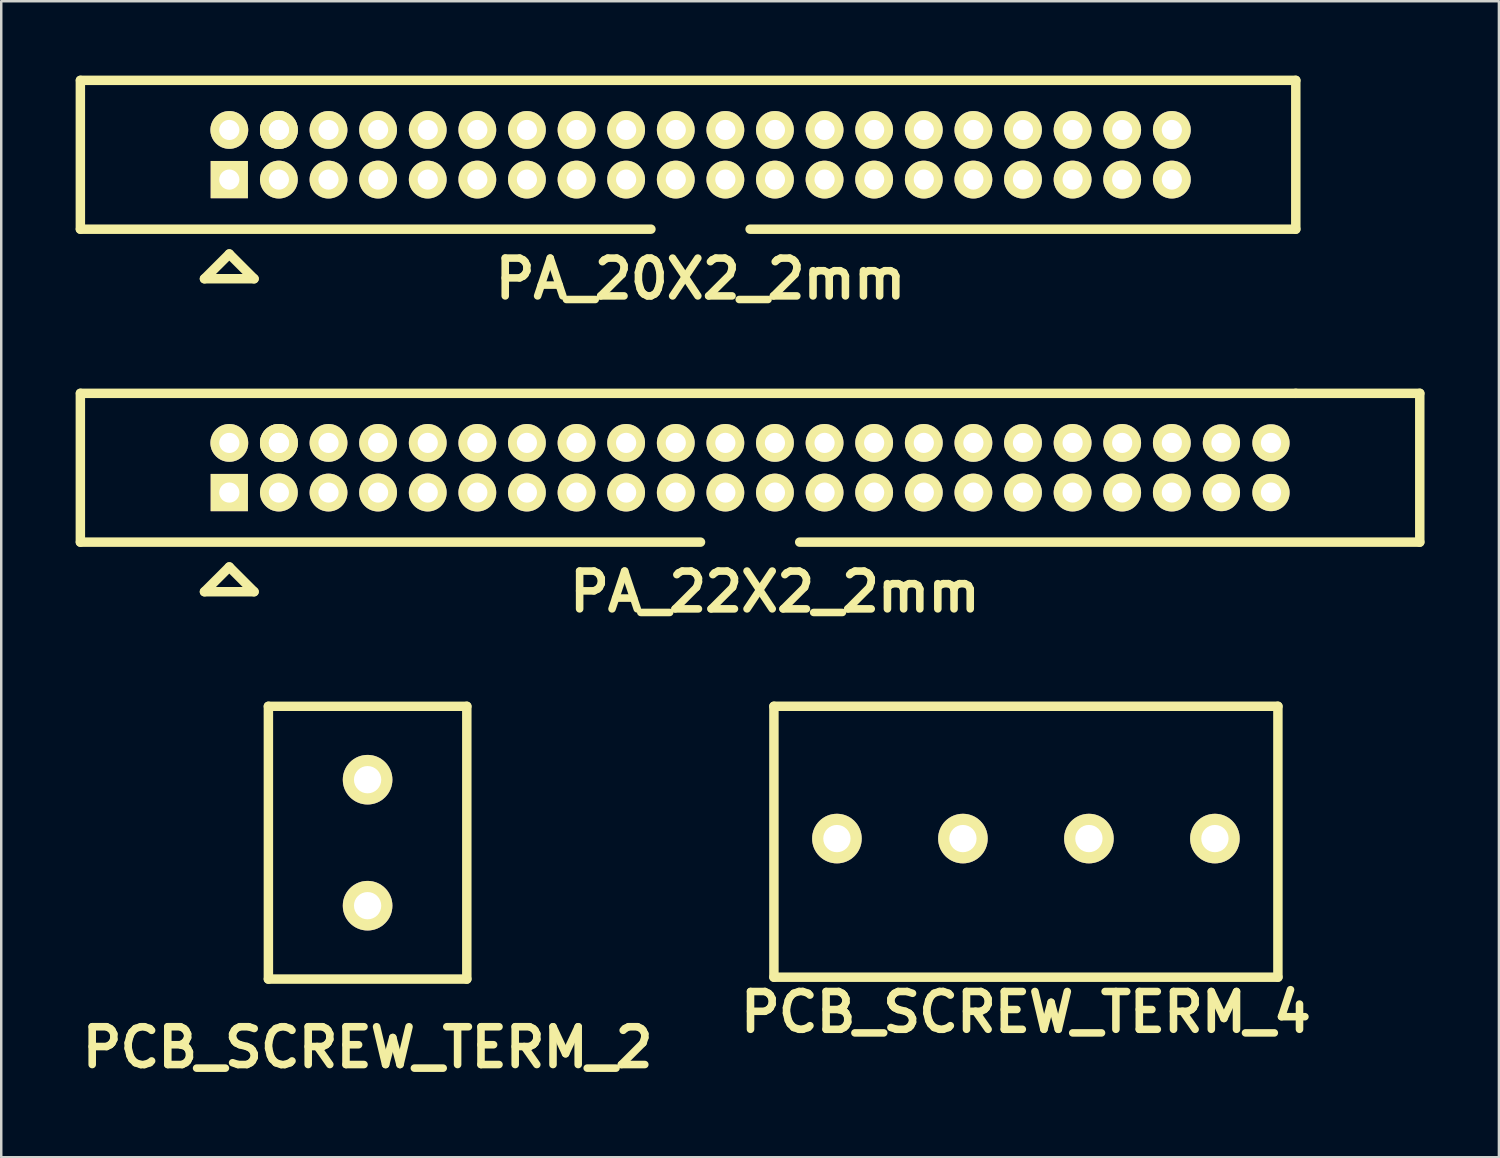
<source format=kicad_pcb>
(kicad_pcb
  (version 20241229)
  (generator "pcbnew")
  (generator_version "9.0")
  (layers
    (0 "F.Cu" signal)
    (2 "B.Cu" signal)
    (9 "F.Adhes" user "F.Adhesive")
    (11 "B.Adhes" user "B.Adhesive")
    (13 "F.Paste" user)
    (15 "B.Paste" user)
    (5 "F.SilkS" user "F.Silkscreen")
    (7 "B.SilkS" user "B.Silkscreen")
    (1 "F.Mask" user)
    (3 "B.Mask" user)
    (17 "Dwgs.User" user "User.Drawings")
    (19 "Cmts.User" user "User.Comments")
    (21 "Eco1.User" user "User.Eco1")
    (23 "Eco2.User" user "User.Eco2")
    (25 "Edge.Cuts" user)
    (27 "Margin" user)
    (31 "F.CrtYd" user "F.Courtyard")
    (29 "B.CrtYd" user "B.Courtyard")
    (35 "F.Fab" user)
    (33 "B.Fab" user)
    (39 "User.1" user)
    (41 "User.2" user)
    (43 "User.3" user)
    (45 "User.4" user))
  (footprint "PA_20X2_2mm"
    (layer "F.Cu")
    (at 25.194 3.19)
    (property "Reference" "PA_20X2_2mm" (at 0 5.001 0) (layer "F.SilkS") (effects (font (size 1.524 1.524) (thickness 0.305))))
    (attr through_hole)
    (fp_line (start -25.004 -3) (end -25.004 3) (stroke (width 0.381) (type solid)) (layer "F.SilkS"))
    (fp_line (start -25.001 3) (end -1.999 3) (stroke (width 0.381) (type solid)) (layer "F.SilkS"))
    (fp_line (start -24.999 -3) (end 24 -3) (stroke (width 0.381) (type solid)) (layer "F.SilkS"))
    (fp_line (start -20 4.999) (end -18.001 4.999) (stroke (width 0.381) (type solid)) (layer "F.SilkS"))
    (fp_line (start -18.999 4) (end -20 4.999) (stroke (width 0.381) (type solid)) (layer "F.SilkS"))
    (fp_line (start -18.001 4.999) (end -18.999 4) (stroke (width 0.381) (type solid)) (layer "F.SilkS"))
    (fp_line (start 1.999 3) (end 24 3) (stroke (width 0.381) (type solid)) (layer "F.SilkS"))
    (fp_line (start 24 -3) (end 24 3) (stroke (width 0.381) (type solid)) (layer "F.SilkS"))
    (pad "1" thru_hole rect (at -18.999 1.001) (size 1.501 1.501) (drill 0.813) (layers "*.Cu" "*.Mask" "F.SilkS"))
    (pad "2" thru_hole circle (at -18.999 -1.001) (size 1.524 1.524) (drill 0.813) (layers "*.Cu" "*.Mask" "F.SilkS"))
    (pad "3" thru_hole circle (at -17 1.001) (size 1.524 1.524) (drill 0.813) (layers "*.Cu" "*.Mask" "F.SilkS"))
    (pad "4" thru_hole circle (at -17 -1.001) (size 1.524 1.524) (drill 0.813) (layers "*.Cu" "*.Mask" "F.SilkS"))
    (pad "4" thru_hole circle (at -17 -1.001) (size 1.524 1.524) (drill 0.813) (layers "*.Cu" "*.Mask" "F.SilkS"))
    (pad "5" thru_hole circle (at -14.999 1.001) (size 1.524 1.524) (drill 0.813) (layers "*.Cu" "*.Mask" "F.SilkS"))
    (pad "6" thru_hole circle (at -14.999 -1.001) (size 1.524 1.524) (drill 0.813) (layers "*.Cu" "*.Mask" "F.SilkS"))
    (pad "7" thru_hole circle (at -13 1.001) (size 1.524 1.524) (drill 0.813) (layers "*.Cu" "*.Mask" "F.SilkS"))
    (pad "8" thru_hole circle (at -13 -1.001) (size 1.524 1.524) (drill 0.813) (layers "*.Cu" "*.Mask" "F.SilkS"))
    (pad "9" thru_hole circle (at -10.998 1.001) (size 1.524 1.524) (drill 0.813) (layers "*.Cu" "*.Mask" "F.SilkS"))
    (pad "10" thru_hole circle (at -10.998 -1.001) (size 1.524 1.524) (drill 0.813) (layers "*.Cu" "*.Mask" "F.SilkS"))
    (pad "11" thru_hole circle (at -8.999 1.001) (size 1.524 1.524) (drill 0.813) (layers "*.Cu" "*.Mask" "F.SilkS"))
    (pad "12" thru_hole circle (at -8.999 -1.001) (size 1.524 1.524) (drill 0.813) (layers "*.Cu" "*.Mask" "F.SilkS"))
    (pad "13" thru_hole circle (at -7 1.001) (size 1.524 1.524) (drill 0.813) (layers "*.Cu" "*.Mask" "F.SilkS"))
    (pad "14" thru_hole circle (at -7 -1.001) (size 1.524 1.524) (drill 0.813) (layers "*.Cu" "*.Mask" "F.SilkS"))
    (pad "15" thru_hole circle (at -4.999 1.001) (size 1.524 1.524) (drill 0.813) (layers "*.Cu" "*.Mask" "F.SilkS"))
    (pad "16" thru_hole circle (at -4.999 -1.001) (size 1.524 1.524) (drill 0.813) (layers "*.Cu" "*.Mask" "F.SilkS"))
    (pad "17" thru_hole circle (at -3 1.001) (size 1.524 1.524) (drill 0.813) (layers "*.Cu" "*.Mask" "F.SilkS"))
    (pad "18" thru_hole circle (at -3 -1.001) (size 1.524 1.524) (drill 0.813) (layers "*.Cu" "*.Mask" "F.SilkS"))
    (pad "19" thru_hole circle (at -0.998 1.001) (size 1.524 1.524) (drill 0.813) (layers "*.Cu" "*.Mask" "F.SilkS"))
    (pad "20" thru_hole circle (at -0.998 -1.001) (size 1.524 1.524) (drill 0.813) (layers "*.Cu" "*.Mask" "F.SilkS"))
    (pad "21" thru_hole circle (at 1.001 1.001) (size 1.524 1.524) (drill 0.813) (layers "*.Cu" "*.Mask" "F.SilkS"))
    (pad "22" thru_hole circle (at 1.001 -1.001) (size 1.524 1.524) (drill 0.813) (layers "*.Cu" "*.Mask" "F.SilkS"))
    (pad "23" thru_hole circle (at 3 1.001) (size 1.524 1.524) (drill 0.813) (layers "*.Cu" "*.Mask" "F.SilkS"))
    (pad "24" thru_hole circle (at 3 -1.001) (size 1.524 1.524) (drill 0.813) (layers "*.Cu" "*.Mask" "F.SilkS"))
    (pad "25" thru_hole circle (at 5.001 1.001) (size 1.524 1.524) (drill 0.813) (layers "*.Cu" "*.Mask" "F.SilkS"))
    (pad "26" thru_hole circle (at 5.001 -1.001) (size 1.524 1.524) (drill 0.813) (layers "*.Cu" "*.Mask" "F.SilkS"))
    (pad "27" thru_hole circle (at 7 1.001) (size 1.524 1.524) (drill 0.813) (layers "*.Cu" "*.Mask" "F.SilkS"))
    (pad "28" thru_hole circle (at 7 -1.001) (size 1.524 1.524) (drill 0.813) (layers "*.Cu" "*.Mask" "F.SilkS"))
    (pad "29" thru_hole circle (at 9.002 1.001) (size 1.524 1.524) (drill 0.813) (layers "*.Cu" "*.Mask" "F.SilkS"))
    (pad "30" thru_hole circle (at 9.002 -1.001) (size 1.524 1.524) (drill 0.813) (layers "*.Cu" "*.Mask" "F.SilkS"))
    (pad "31" thru_hole circle (at 11.001 1.001) (size 1.524 1.524) (drill 0.813) (layers "*.Cu" "*.Mask" "F.SilkS"))
    (pad "32" thru_hole circle (at 11.001 -1.001) (size 1.524 1.524) (drill 0.813) (layers "*.Cu" "*.Mask" "F.SilkS"))
    (pad "33" thru_hole circle (at 13 1.001) (size 1.524 1.524) (drill 0.813) (layers "*.Cu" "*.Mask" "F.SilkS"))
    (pad "34" thru_hole circle (at 13 -1.001) (size 1.524 1.524) (drill 0.813) (layers "*.Cu" "*.Mask" "F.SilkS"))
    (pad "35" thru_hole circle (at 15.001 1.001) (size 1.524 1.524) (drill 0.813) (layers "*.Cu" "*.Mask" "F.SilkS"))
    (pad "36" thru_hole circle (at 15.001 -1.001) (size 1.524 1.524) (drill 0.813) (layers "*.Cu" "*.Mask" "F.SilkS"))
    (pad "37" thru_hole circle (at 17 1.001) (size 1.524 1.524) (drill 0.813) (layers "*.Cu" "*.Mask" "F.SilkS"))
    (pad "38" thru_hole circle (at 17 -1.001) (size 1.524 1.524) (drill 0.813) (layers "*.Cu" "*.Mask" "F.SilkS"))
    (pad "39" thru_hole circle (at 19.002 1.001) (size 1.524 1.524) (drill 0.813) (layers "*.Cu" "*.Mask" "F.SilkS"))
    (pad "40" thru_hole circle (at 19.002 -1.001) (size 1.524 1.524) (drill 0.813) (layers "*.Cu" "*.Mask" "F.SilkS")))
  (footprint "PCB_SCREW_TERM_4"
    (layer "F.Cu")
    (at 38.313 30.76)
    (property "Reference" "PCB_SCREW_TERM_4" (at 0 7 0) (layer "F.SilkS") (effects (font (size 1.524 1.524) (thickness 0.305))))
    (attr through_hole)
    (fp_line (start -10.16 -5.334) (end 10.16 -5.334) (stroke (width 0.381) (type solid)) (layer "F.SilkS"))
    (fp_line (start -10.16 5.588) (end -10.16 -5.334) (stroke (width 0.381) (type solid)) (layer "F.SilkS"))
    (fp_line (start -10.16 5.588) (end 10.16 5.588) (stroke (width 0.381) (type solid)) (layer "F.SilkS"))
    (fp_line (start 10.16 5.588) (end 10.16 -5.334) (stroke (width 0.381) (type solid)) (layer "F.SilkS"))
    (pad "1" thru_hole circle (at -7.62 0) (size 1.999 1.999) (drill 1.1) (layers "*.Cu" "*.Mask" "F.SilkS"))
    (pad "2" thru_hole circle (at -2.54 0) (size 1.999 1.999) (drill 1.1) (layers "*.Cu" "*.Mask" "F.SilkS"))
    (pad "3" thru_hole circle (at 2.54 0) (size 1.999 1.999) (drill 1.1) (layers "*.Cu" "*.Mask" "F.SilkS"))
    (pad "4" thru_hole circle (at 7.62 0) (size 1.999 1.999) (drill 1.1) (layers "*.Cu" "*.Mask" "F.SilkS")))
  (footprint "PCB_SCREW_TERM_2"
    (layer "F.Cu")
    (at 11.771 30.926)
    (property "Reference" "PCB_SCREW_TERM_2" (at 0 8.255 0) (layer "F.SilkS") (effects (font (size 1.524 1.524) (thickness 0.305))))
    (attr through_hole)
    (fp_line (start -4 -5.499) (end 4 -5.499) (stroke (width 0.381) (type solid)) (layer "F.SilkS"))
    (fp_line (start -4 5.499) (end -4 -5.499) (stroke (width 0.381) (type solid)) (layer "F.SilkS"))
    (fp_line (start 4 -5.499) (end 4 5.499) (stroke (width 0.381) (type solid)) (layer "F.SilkS"))
    (fp_line (start 4 5.499) (end -4 5.499) (stroke (width 0.381) (type solid)) (layer "F.SilkS"))
    (pad "1" thru_hole circle (at 0 -2.54) (size 1.999 1.999) (drill 1.1) (layers "*.Cu" "*.Mask" "F.SilkS"))
    (pad "2" thru_hole circle (at 0 2.54) (size 1.999 1.999) (drill 1.1) (layers "*.Cu" "*.Mask" "F.SilkS")))
  (footprint "PA_22X2_2mm"
    (layer "F.Cu")
    (at 27.193 15.808)
    (property "Reference" "PA_22X2_2mm" (at 1.001 5.001 0) (layer "F.SilkS") (effects (font (size 1.524 1.524) (thickness 0.305))))
    (attr through_hole)
    (fp_line (start -27.003 -3) (end -27.003 3) (stroke (width 0.381) (type solid)) (layer "F.SilkS"))
    (fp_line (start -27 3) (end -1.999 3) (stroke (width 0.381) (type solid)) (layer "F.SilkS"))
    (fp_line (start -26.998 -3) (end 22.001 -3) (stroke (width 0.381) (type solid)) (layer "F.SilkS"))
    (fp_line (start -21.999 4.999) (end -20 4.999) (stroke (width 0.381) (type solid)) (layer "F.SilkS"))
    (fp_line (start -20.998 4) (end -21.999 4.999) (stroke (width 0.381) (type solid)) (layer "F.SilkS"))
    (fp_line (start -20 4.999) (end -20.998 4) (stroke (width 0.381) (type solid)) (layer "F.SilkS"))
    (fp_line (start 22.001 -3) (end 27 -3) (stroke (width 0.381) (type solid)) (layer "F.SilkS"))
    (fp_line (start 27 -3) (end 27 3) (stroke (width 0.381) (type solid)) (layer "F.SilkS"))
    (fp_line (start 27 3) (end 1.999 3) (stroke (width 0.381) (type solid)) (layer "F.SilkS"))
    (pad "1" thru_hole rect (at -20.998 1.001) (size 1.501 1.501) (drill 0.813) (layers "*.Cu" "*.Mask" "F.SilkS"))
    (pad "2" thru_hole circle (at -20.998 -1.001) (size 1.524 1.524) (drill 0.813) (layers "*.Cu" "*.Mask" "F.SilkS"))
    (pad "3" thru_hole circle (at -18.999 1.001) (size 1.524 1.524) (drill 0.813) (layers "*.Cu" "*.Mask" "F.SilkS"))
    (pad "4" thru_hole circle (at -18.999 -1.001) (size 1.524 1.524) (drill 0.813) (layers "*.Cu" "*.Mask" "F.SilkS"))
    (pad "4" thru_hole circle (at -18.999 -1.001) (size 1.524 1.524) (drill 0.813) (layers "*.Cu" "*.Mask" "F.SilkS"))
    (pad "5" thru_hole circle (at -16.998 1.001) (size 1.524 1.524) (drill 0.813) (layers "*.Cu" "*.Mask" "F.SilkS"))
    (pad "6" thru_hole circle (at -16.998 -1.001) (size 1.524 1.524) (drill 0.813) (layers "*.Cu" "*.Mask" "F.SilkS"))
    (pad "7" thru_hole circle (at -14.999 1.001) (size 1.524 1.524) (drill 0.813) (layers "*.Cu" "*.Mask" "F.SilkS"))
    (pad "8" thru_hole circle (at -14.999 -1.001) (size 1.524 1.524) (drill 0.813) (layers "*.Cu" "*.Mask" "F.SilkS"))
    (pad "9" thru_hole circle (at -12.997 1.001) (size 1.524 1.524) (drill 0.813) (layers "*.Cu" "*.Mask" "F.SilkS"))
    (pad "10" thru_hole circle (at -12.997 -1.001) (size 1.524 1.524) (drill 0.813) (layers "*.Cu" "*.Mask" "F.SilkS"))
    (pad "11" thru_hole circle (at -10.998 1.001) (size 1.524 1.524) (drill 0.813) (layers "*.Cu" "*.Mask" "F.SilkS"))
    (pad "12" thru_hole circle (at -10.998 -1.001) (size 1.524 1.524) (drill 0.813) (layers "*.Cu" "*.Mask" "F.SilkS"))
    (pad "13" thru_hole circle (at -8.999 1.001) (size 1.524 1.524) (drill 0.813) (layers "*.Cu" "*.Mask" "F.SilkS"))
    (pad "14" thru_hole circle (at -8.999 -1.001) (size 1.524 1.524) (drill 0.813) (layers "*.Cu" "*.Mask" "F.SilkS"))
    (pad "15" thru_hole circle (at -6.998 1.001) (size 1.524 1.524) (drill 0.813) (layers "*.Cu" "*.Mask" "F.SilkS"))
    (pad "16" thru_hole circle (at -6.998 -1.001) (size 1.524 1.524) (drill 0.813) (layers "*.Cu" "*.Mask" "F.SilkS"))
    (pad "17" thru_hole circle (at -4.999 1.001) (size 1.524 1.524) (drill 0.813) (layers "*.Cu" "*.Mask" "F.SilkS"))
    (pad "18" thru_hole circle (at -4.999 -1.001) (size 1.524 1.524) (drill 0.813) (layers "*.Cu" "*.Mask" "F.SilkS"))
    (pad "19" thru_hole circle (at -2.997 1.001) (size 1.524 1.524) (drill 0.813) (layers "*.Cu" "*.Mask" "F.SilkS"))
    (pad "20" thru_hole circle (at -2.997 -1.001) (size 1.524 1.524) (drill 0.813) (layers "*.Cu" "*.Mask" "F.SilkS"))
    (pad "21" thru_hole circle (at -0.998 1.001) (size 1.524 1.524) (drill 0.813) (layers "*.Cu" "*.Mask" "F.SilkS"))
    (pad "22" thru_hole circle (at -0.998 -1.001) (size 1.524 1.524) (drill 0.813) (layers "*.Cu" "*.Mask" "F.SilkS"))
    (pad "23" thru_hole circle (at 1.001 1.001) (size 1.524 1.524) (drill 0.813) (layers "*.Cu" "*.Mask" "F.SilkS"))
    (pad "24" thru_hole circle (at 1.001 -1.001) (size 1.524 1.524) (drill 0.813) (layers "*.Cu" "*.Mask" "F.SilkS"))
    (pad "25" thru_hole circle (at 3.002 1.001) (size 1.524 1.524) (drill 0.813) (layers "*.Cu" "*.Mask" "F.SilkS"))
    (pad "26" thru_hole circle (at 3.002 -1.001) (size 1.524 1.524) (drill 0.813) (layers "*.Cu" "*.Mask" "F.SilkS"))
    (pad "27" thru_hole circle (at 5.001 1.001) (size 1.524 1.524) (drill 0.813) (layers "*.Cu" "*.Mask" "F.SilkS"))
    (pad "28" thru_hole circle (at 5.001 -1.001) (size 1.524 1.524) (drill 0.813) (layers "*.Cu" "*.Mask" "F.SilkS"))
    (pad "29" thru_hole circle (at 7.003 1.001) (size 1.524 1.524) (drill 0.813) (layers "*.Cu" "*.Mask" "F.SilkS"))
    (pad "30" thru_hole circle (at 7.003 -1.001) (size 1.524 1.524) (drill 0.813) (layers "*.Cu" "*.Mask" "F.SilkS"))
    (pad "31" thru_hole circle (at 9.002 1.001) (size 1.524 1.524) (drill 0.813) (layers "*.Cu" "*.Mask" "F.SilkS"))
    (pad "32" thru_hole circle (at 9.002 -1.001) (size 1.524 1.524) (drill 0.813) (layers "*.Cu" "*.Mask" "F.SilkS"))
    (pad "33" thru_hole circle (at 11.001 1.001) (size 1.524 1.524) (drill 0.813) (layers "*.Cu" "*.Mask" "F.SilkS"))
    (pad "34" thru_hole circle (at 11.001 -1.001) (size 1.524 1.524) (drill 0.813) (layers "*.Cu" "*.Mask" "F.SilkS"))
    (pad "35" thru_hole circle (at 13.002 1.001) (size 1.524 1.524) (drill 0.813) (layers "*.Cu" "*.Mask" "F.SilkS"))
    (pad "36" thru_hole circle (at 13.002 -1.001) (size 1.524 1.524) (drill 0.813) (layers "*.Cu" "*.Mask" "F.SilkS"))
    (pad "37" thru_hole circle (at 15.001 1.001) (size 1.524 1.524) (drill 0.813) (layers "*.Cu" "*.Mask" "F.SilkS"))
    (pad "38" thru_hole circle (at 15.001 -1.001) (size 1.524 1.524) (drill 0.813) (layers "*.Cu" "*.Mask" "F.SilkS"))
    (pad "39" thru_hole circle (at 17.003 1.001) (size 1.524 1.524) (drill 0.813) (layers "*.Cu" "*.Mask" "F.SilkS"))
    (pad "40" thru_hole circle (at 17.003 -1.001) (size 1.524 1.524) (drill 0.813) (layers "*.Cu" "*.Mask" "F.SilkS"))
    (pad "41" thru_hole circle (at 19.002 1.001) (size 1.501 1.501) (drill 0.813) (layers "*.Cu" "*.Mask" "F.SilkS"))
    (pad "42" thru_hole circle (at 19.002 -1.001) (size 1.501 1.501) (drill 0.813) (layers "*.Cu" "*.Mask" "F.SilkS"))
    (pad "43" thru_hole circle (at 21.001 1.001) (size 1.501 1.501) (drill 0.813) (layers "*.Cu" "*.Mask" "F.SilkS"))
    (pad "44" thru_hole circle (at 21.001 -1.001) (size 1.501 1.501) (drill 0.813) (layers "*.Cu" "*.Mask" "F.SilkS")))
  (gr_rect
    (start -3 -3)
    (end 57.384 43.607)
    (stroke (width 0.1) (type default))
    (fill no)
    (layer "Edge.Cuts")))
</source>
